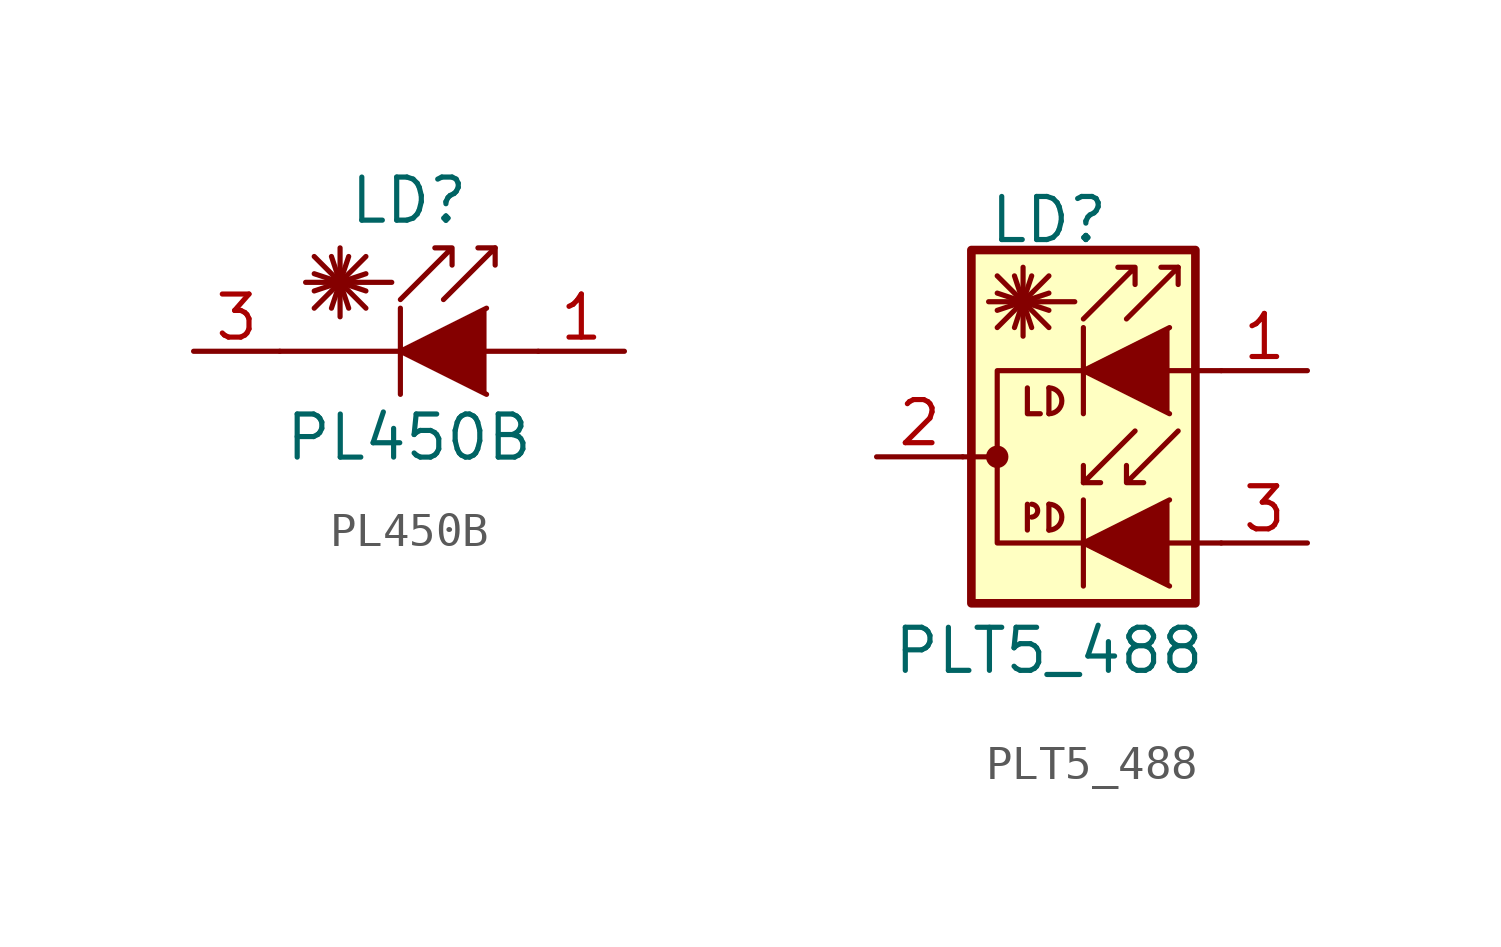
<source format=kicad_sym>
(kicad_symbol_lib
  (version 20220914)
  (generator kicad_symbol_editor)
  (symbol "PL450B"
    (pin_names
      (offset 1.016) hide)
    (property "Reference" "LD"
      (at -1.27 4.445 0)
      (effects (font (size 1.27 1.27))))
    (property "Value" "PL450B"
      (at -1.27 -2.54 0)
      (effects (font (size 1.27 1.27))))
    (symbol "PL450B_0_1"
      (polyline (pts (xy -4.064 1.27) (xy -2.54 2.794)) (stroke (width 0) (type default)) (fill (type none)))
      (polyline (pts (xy -4.064 1.778) (xy -2.54 2.286)) (stroke (width 0) (type default)) (fill (type none)))
      (polyline (pts (xy -4.064 2.286) (xy -2.54 1.778)) (stroke (width 0) (type default)) (fill (type none)))
      (polyline (pts (xy -4.064 2.794) (xy -2.54 1.27)) (stroke (width 0) (type default)) (fill (type none)))
      (polyline (pts (xy -3.556 2.794) (xy -3.048 1.27)) (stroke (width 0) (type default)) (fill (type none)))
      (polyline (pts (xy -3.302 2.032) (xy -3.302 1.016)) (stroke (width 0) (type default)) (fill (type none)))
      (polyline (pts (xy -3.302 2.032) (xy -3.302 3.048)) (stroke (width 0) (type default)) (fill (type none)))
      (polyline (pts (xy -3.048 2.794) (xy -3.556 1.27)) (stroke (width 0) (type default)) (fill (type none)))
      (polyline (pts (xy -1.778 2.032) (xy -4.318 2.032)) (stroke (width 0) (type default)) (fill (type none)))
      (polyline (pts (xy -1.524 1.27) (xy -1.524 -1.27)) (stroke (width 0.152) (type default)) (fill (type none)))
      (polyline (pts (xy 1.27 3.048) (xy 0.762 3.048)) (stroke (width 0) (type default)) (fill (type none)))
      (polyline (pts (xy 2.54 0) (xy -5.08 0)) (stroke (width 0) (type default)) (fill (type none)))
      (polyline (pts (xy -0.254 1.524) (xy 1.27 3.048) (xy 1.27 2.54)) (stroke (width 0) (type default)) (fill (type none)))
      (polyline (pts (xy 1.016 1.27) (xy -1.524 0) (xy 1.016 -1.27)) (stroke (width 0) (type default)) (fill (type outline)))
      (polyline (pts (xy -1.524 1.524) (xy 0 3.048) (xy 0 2.54) (xy 0 3.048) (xy -0.508 3.048)) (stroke (width 0) (type default)) (fill (type none))))
    (symbol "PL450B_1_1"
      (pin passive line (at 5.08 0 180) (length 2.54) (name "A" (effects (font (size 1.27 1.27)))) (number "1" (effects (font (size 1.27 1.27)))))
      (pin no_connect line (at -1.27 0 0) (length 2.54) hide (name "NC" (effects (font (size 1.27 1.27)))) (number "2" (effects (font (size 1.27 1.27)))))
      (pin passive line (at -7.62 0 0) (length 2.54) (name "C" (effects (font (size 1.27 1.27)))) (number "3" (effects (font (size 1.27 1.27)))))))
  (symbol "PLT5_488"
    (pin_names
      (offset 1.016) hide)
    (property "Reference" "LD"
      (at 0 6.985 0)
      (effects (font (size 1.27 1.27))))
    (property "Value" "PLT5_488"
      (at 0 -5.715 0)
      (effects (font (size 1.27 1.27))))
    (symbol "PLT5_488_0_1"
      (circle (center -1.524 0) (radius 0.254) (stroke (width 0) (type default)) (fill (type outline)))
      (arc (start -0.508 -1.778) (mid -0.3302 -1.6002) (end -0.508 -1.397) (stroke (width 0) (type default)) (fill (type none)))
      (arc (start 0 -2.159) (mid 0.3794 -1.778) (end 0 -1.397) (stroke (width 0) (type default)) (fill (type none)))
      (polyline (pts (xy -2.54 0) (xy -1.524 0)) (stroke (width 0) (type default)) (fill (type none)))
      (polyline (pts (xy -1.524 3.81) (xy 0 5.334)) (stroke (width 0) (type default)) (fill (type none)))
      (polyline (pts (xy -1.524 4.318) (xy 0 4.826)) (stroke (width 0) (type default)) (fill (type none)))
      (polyline (pts (xy -1.524 4.826) (xy 0 4.318)) (stroke (width 0) (type default)) (fill (type none)))
      (polyline (pts (xy -1.524 5.334) (xy 0 3.81)) (stroke (width 0) (type default)) (fill (type none)))
      (polyline (pts (xy -1.016 5.334) (xy -0.508 3.81)) (stroke (width 0) (type default)) (fill (type none)))
      (polyline (pts (xy -0.762 4.572) (xy -0.762 3.556)) (stroke (width 0) (type default)) (fill (type none)))
      (polyline (pts (xy -0.762 4.572) (xy -0.762 5.588)) (stroke (width 0) (type default)) (fill (type none)))
      (polyline (pts (xy -0.635 -1.397) (xy -0.635 -2.159)) (stroke (width 0) (type default)) (fill (type none)))
      (polyline (pts (xy -0.508 5.334) (xy -1.016 3.81)) (stroke (width 0) (type default)) (fill (type none)))
      (polyline (pts (xy 0 -1.397) (xy 0 -2.159)) (stroke (width 0) (type default)) (fill (type none)))
      (polyline (pts (xy 0 2.032) (xy 0 1.27)) (stroke (width 0) (type default)) (fill (type none)))
      (polyline (pts (xy 0.762 4.572) (xy -1.778 4.572)) (stroke (width 0) (type default)) (fill (type none)))
      (polyline (pts (xy 1.016 -1.27) (xy 1.016 -3.81)) (stroke (width 0.152) (type default)) (fill (type none)))
      (polyline (pts (xy 1.016 -0.762) (xy 1.524 -0.762)) (stroke (width 0) (type default)) (fill (type none)))
      (polyline (pts (xy 1.016 3.81) (xy 1.016 1.27)) (stroke (width 0.152) (type default)) (fill (type none)))
      (polyline (pts (xy 3.81 5.588) (xy 3.302 5.588)) (stroke (width 0) (type default)) (fill (type none)))
      (polyline (pts (xy -0.635 2.032) (xy -0.635 1.27) (xy -0.254 1.27)) (stroke (width 0) (type default)) (fill (type none)))
      (polyline (pts (xy 2.286 4.064) (xy 3.81 5.588) (xy 3.81 5.08)) (stroke (width 0) (type default)) (fill (type none)))
      (polyline (pts (xy 2.54 0.762) (xy 1.016 -0.762) (xy 1.016 -0.254)) (stroke (width 0) (type default)) (fill (type none)))
      (polyline (pts (xy 3.556 -1.27) (xy 1.016 -2.54) (xy 3.556 -3.81)) (stroke (width 0) (type default)) (fill (type outline)))
      (polyline (pts (xy 3.556 3.81) (xy 1.016 2.54) (xy 3.556 1.27)) (stroke (width 0) (type default)) (fill (type outline)))
      (polyline (pts (xy 5.08 2.54) (xy -1.524 2.54) (xy -1.524 -2.54) (xy 5.08 -2.54)) (stroke (width 0) (type default)) (fill (type none)))
      (polyline (pts (xy 1.016 4.064) (xy 2.54 5.588) (xy 2.54 5.08) (xy 2.54 5.588) (xy 2.032 5.588)) (stroke (width 0) (type default)) (fill (type none)))
      (polyline (pts (xy 3.81 0.762) (xy 2.286 -0.762) (xy 2.286 -0.254) (xy 2.286 -0.762) (xy 2.794 -0.762)) (stroke (width 0) (type default)) (fill (type none)))
      (arc (start 0 1.27) (mid 0.3794 1.651) (end 0 2.032) (stroke (width 0) (type default)) (fill (type none)))
      (rectangle (start 4.318 6.096) (end -2.286 -4.318) (stroke (width 0.254) (type default)) (fill (type background))))
    (symbol "PLT5_488_1_1"
      (pin passive line (at 7.62 2.54 180) (length 2.54) (name "~" (effects (font (size 1.27 1.27)))) (number "1" (effects (font (size 1.27 1.27)))))
      (pin passive line (at -5.08 0 0) (length 2.54) (name "~" (effects (font (size 1.27 1.27)))) (number "2" (effects (font (size 1.27 1.27)))))
      (pin passive line (at 7.62 -2.54 180) (length 2.54) (name "~" (effects (font (size 1.27 1.27)))) (number "3" (effects (font (size 1.27 1.27))))))))
</source>
